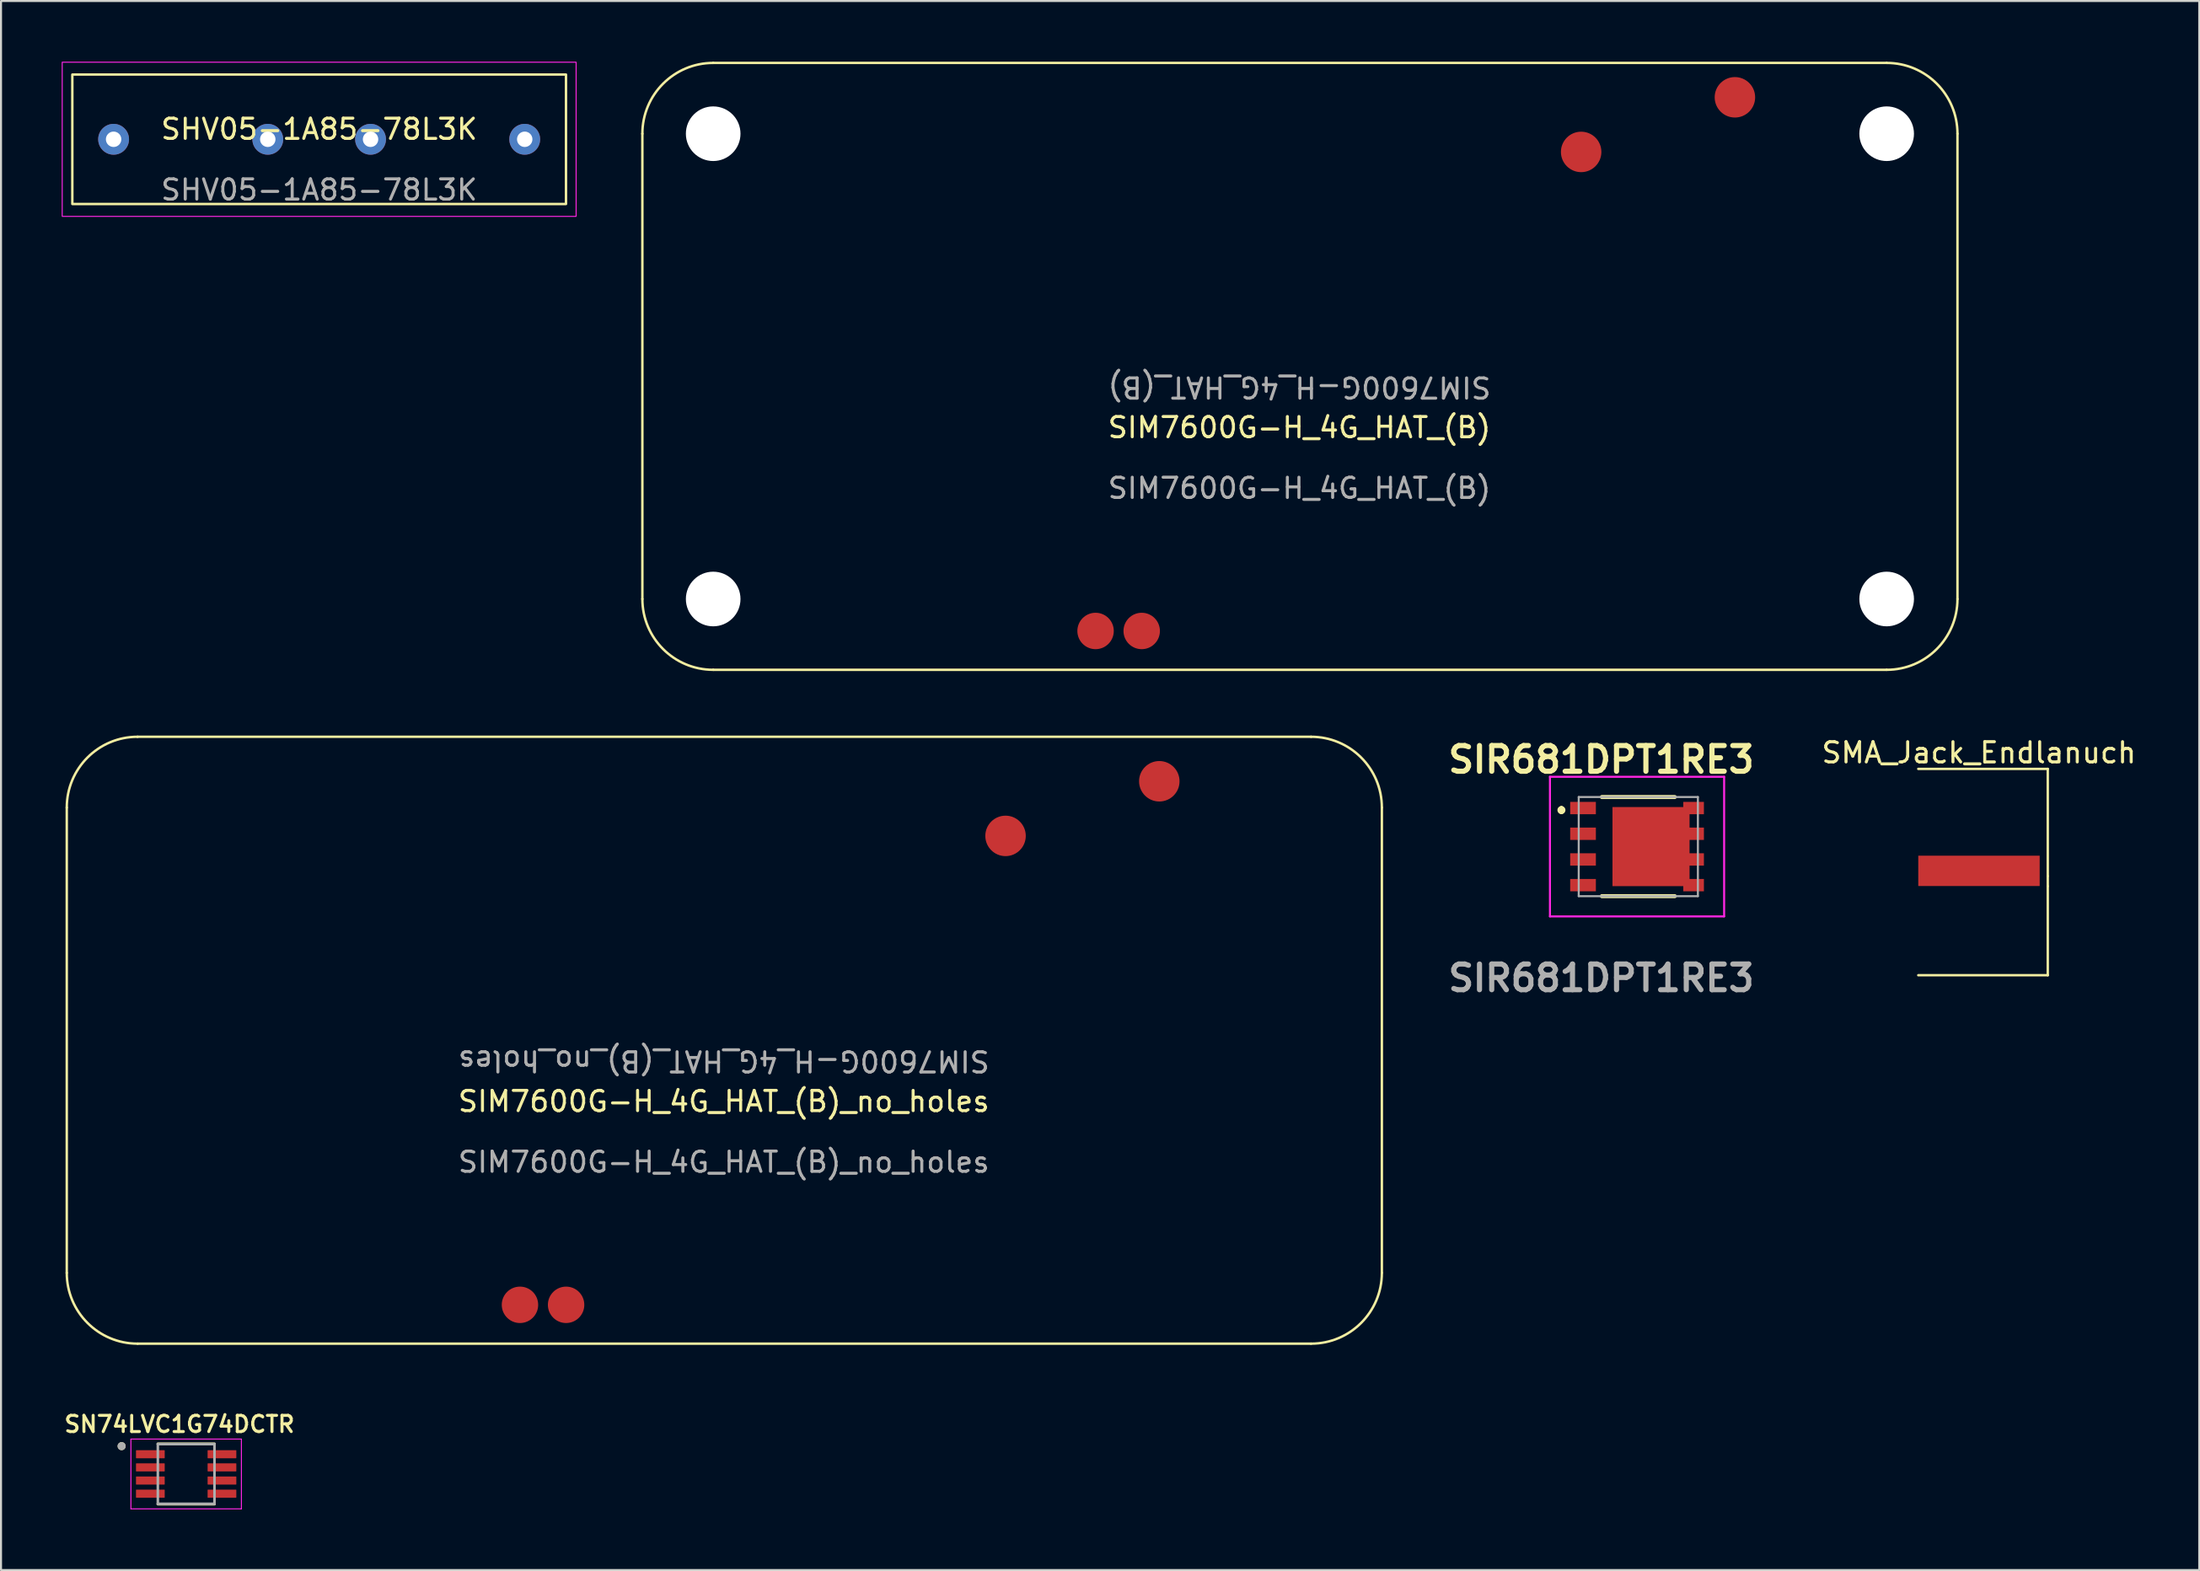
<source format=kicad_pcb>
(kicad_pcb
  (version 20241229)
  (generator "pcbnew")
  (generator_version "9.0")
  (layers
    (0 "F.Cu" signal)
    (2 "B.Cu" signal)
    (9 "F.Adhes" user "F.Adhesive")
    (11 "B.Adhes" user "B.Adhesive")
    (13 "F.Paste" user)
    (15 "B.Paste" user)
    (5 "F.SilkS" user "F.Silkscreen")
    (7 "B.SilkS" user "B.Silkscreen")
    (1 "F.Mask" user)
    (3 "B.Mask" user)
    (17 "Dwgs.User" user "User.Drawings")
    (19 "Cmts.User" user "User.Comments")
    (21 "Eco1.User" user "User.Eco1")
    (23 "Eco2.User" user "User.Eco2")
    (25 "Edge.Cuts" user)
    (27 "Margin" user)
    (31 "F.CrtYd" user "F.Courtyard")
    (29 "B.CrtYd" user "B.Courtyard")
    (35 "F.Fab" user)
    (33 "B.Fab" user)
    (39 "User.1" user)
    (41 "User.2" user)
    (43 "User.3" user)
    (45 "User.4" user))
  (footprint "SIM7600G-H_4G_HAT_(B)_no_holes"
    (layer "F.Cu")
    (at 0.25 63.37)
    (property "Reference" "SIM7600G-H_4G_HAT_(B)_no_holes" (at 32.475 -11.975 0) (unlocked yes) (layer "F.SilkS") (effects (font (size 1 1) (thickness 0.15))))
    (attr smd)
    (fp_line (start 0 -3.5) (end 0 -26.5) (stroke (width 0.12) (type solid)) (layer "F.SilkS"))
    (fp_line (start 3.5 -30) (end 61.5 -30) (stroke (width 0.12) (type solid)) (layer "F.SilkS"))
    (fp_line (start 61.5 0) (end 3.5 0) (stroke (width 0.12) (type solid)) (layer "F.SilkS"))
    (fp_line (start 65 -3.5) (end 65 -26.5) (stroke (width 0.12) (type solid)) (layer "F.SilkS"))
    (fp_arc (start 0 -26.5) (mid 1.025126 -28.974874) (end 3.5 -30) (stroke (width 0.12) (type solid)) (layer "F.SilkS"))
    (fp_arc (start 3.5 0) (mid 1.025126 -1.025126) (end 0 -3.5) (stroke (width 0.12) (type solid)) (layer "F.SilkS"))
    (fp_arc (start 61.5 -30) (mid 63.974874 -28.974874) (end 65 -26.5) (stroke (width 0.12) (type solid)) (layer "F.SilkS"))
    (fp_arc (start 65 -3.5) (mid 63.974874 -1.025126) (end 61.5 0) (stroke (width 0.12) (type solid)) (layer "F.SilkS"))
    (fp_text user "${REFERENCE}" (at 32.475 -13.975 180) (unlocked yes) (layer "F.Fab") (effects (font (size 1 1) (thickness 0.15))))
    (fp_text user "${REFERENCE}" (at 32.475 -8.975 0) (unlocked yes) (layer "F.Fab") (effects (font (size 1 1) (thickness 0.15))))
    (pad "1" smd circle (at 54 -27.8) (size 2 2) (layers "F.Cu" "F.Mask" "F.Paste"))
    (pad "2" smd circle (at 46.4 -25.1) (size 2 2) (layers "F.Cu" "F.Mask" "F.Paste"))
    (pad "3" smd circle (at 22.4 -1.92) (size 1.8 1.8) (layers "F.Cu" "F.Mask"))
    (pad "4" smd circle (at 24.68 -1.92) (size 1.8 1.8) (layers "F.Cu" "F.Mask")))
  (footprint "SN74LVC1G74DCTR"
    (layer "F.Cu")
    (at 6.151 69.811)
    (property "Reference" "SN74LVC1G74DCTR" (at -0.33 -2.46 0) (layer "F.SilkS") (effects (font (size 0.8 0.8) (thickness 0.15))))
    (attr through_hole)
    (fp_line (start -1.4 -1.495) (end 1.4 -1.495) (stroke (width 0.127) (type solid)) (layer "F.SilkS"))
    (fp_line (start -1.4 1.495) (end 1.4 1.495) (stroke (width 0.127) (type solid)) (layer "F.SilkS"))
    (fp_circle (center -3.19 -1.375) (end -3.09 -1.375) (stroke (width 0.2) (type solid)) (fill no) (layer "F.SilkS"))
    (fp_line (start -2.73 -1.725) (end -2.73 1.725) (stroke (width 0.05) (type solid)) (layer "F.CrtYd"))
    (fp_line (start -2.73 -1.725) (end 2.73 -1.725) (stroke (width 0.05) (type solid)) (layer "F.CrtYd"))
    (fp_line (start -2.73 1.725) (end 2.73 1.725) (stroke (width 0.05) (type solid)) (layer "F.CrtYd"))
    (fp_line (start 2.73 -1.725) (end 2.73 1.725) (stroke (width 0.05) (type solid)) (layer "F.CrtYd"))
    (fp_line (start -1.4 -1.475) (end -1.4 1.475) (stroke (width 0.127) (type solid)) (layer "F.Fab"))
    (fp_line (start -1.4 -1.475) (end 1.4 -1.475) (stroke (width 0.127) (type solid)) (layer "F.Fab"))
    (fp_line (start -1.4 1.475) (end 1.4 1.475) (stroke (width 0.127) (type solid)) (layer "F.Fab"))
    (fp_line (start 1.4 -1.475) (end 1.4 1.475) (stroke (width 0.127) (type solid)) (layer "F.Fab"))
    (fp_circle (center -3.19 -1.375) (end -3.09 -1.375) (stroke (width 0.2) (type solid)) (fill no) (layer "F.Fab"))
    (pad "1" smd roundrect (at -1.77 -0.975) (size 1.42 0.4) (layers "F.Cu" "F.Mask" "F.Paste") (roundrect_rratio 0.05))
    (pad "2" smd roundrect (at -1.77 -0.325) (size 1.42 0.4) (layers "F.Cu" "F.Mask" "F.Paste") (roundrect_rratio 0.05))
    (pad "3" smd roundrect (at -1.77 0.325) (size 1.42 0.4) (layers "F.Cu" "F.Mask" "F.Paste") (roundrect_rratio 0.05))
    (pad "4" smd roundrect (at -1.77 0.975) (size 1.42 0.4) (layers "F.Cu" "F.Mask" "F.Paste") (roundrect_rratio 0.05))
    (pad "5" smd roundrect (at 1.77 0.975) (size 1.42 0.4) (layers "F.Cu" "F.Mask" "F.Paste") (roundrect_rratio 0.05))
    (pad "6" smd roundrect (at 1.77 0.325) (size 1.42 0.4) (layers "F.Cu" "F.Mask" "F.Paste") (roundrect_rratio 0.05))
    (pad "7" smd roundrect (at 1.77 -0.325) (size 1.42 0.4) (layers "F.Cu" "F.Mask" "F.Paste") (roundrect_rratio 0.05))
    (pad "8" smd roundrect (at 1.77 -0.975) (size 1.42 0.4) (layers "F.Cu" "F.Mask" "F.Paste") (roundrect_rratio 0.05)))
  (footprint "SIR681DPT1RE3"
    (layer "F.Cu")
    (at 75.193 38.799)
    (property "Reference" "SIR681DPT1RE3" (at 0.9 -4.3 0) (layer "F.SilkS") (effects (font (size 1.27 1.27) (thickness 0.254))))
    (attr smd)
    (fp_line (start -1.068 -1.905) (end -1.068 -1.905) (stroke (width 0.2) (type solid)) (layer "F.SilkS"))
    (fp_line (start -1.068 -1.705) (end -1.068 -1.705) (stroke (width 0.2) (type solid)) (layer "F.SilkS"))
    (fp_line (start 0.932 -2.45) (end 4.532 -2.45) (stroke (width 0.2) (type solid)) (layer "F.SilkS"))
    (fp_line (start 0.932 2.45) (end 4.532 2.45) (stroke (width 0.2) (type solid)) (layer "F.SilkS"))
    (fp_arc (start -1.068 -1.905) (mid -0.968 -1.805) (end -1.068 -1.705) (stroke (width 0.2) (type solid)) (layer "F.SilkS"))
    (fp_arc (start -1.068 -1.705) (mid -1.168 -1.805) (end -1.068 -1.905) (stroke (width 0.2) (type solid)) (layer "F.SilkS"))
    (fp_line (start -1.635 -3.45) (end 6.974 -3.45) (stroke (width 0.1) (type solid)) (layer "F.CrtYd"))
    (fp_line (start -1.635 3.45) (end -1.635 -3.45) (stroke (width 0.1) (type solid)) (layer "F.CrtYd"))
    (fp_line (start 6.974 -3.45) (end 6.974 3.45) (stroke (width 0.1) (type solid)) (layer "F.CrtYd"))
    (fp_line (start 6.974 3.45) (end -1.635 3.45) (stroke (width 0.1) (type solid)) (layer "F.CrtYd"))
    (fp_line (start -0.213 -2.45) (end 5.677 -2.45) (stroke (width 0.1) (type solid)) (layer "F.Fab"))
    (fp_line (start -0.213 2.45) (end -0.213 -2.45) (stroke (width 0.1) (type solid)) (layer "F.Fab"))
    (fp_line (start 5.677 -2.45) (end 5.677 2.45) (stroke (width 0.1) (type solid)) (layer "F.Fab"))
    (fp_line (start 5.677 2.45) (end -0.213 2.45) (stroke (width 0.1) (type solid)) (layer "F.Fab"))
    (fp_text user "${REFERENCE}" (at 0.9 6.5 0) (layer "F.Fab") (effects (font (size 1.27 1.27) (thickness 0.254))))
    (pad "1" smd rect (at 0 -1.905 90) (size 0.61 1.27) (layers "F.Cu" "F.Mask" "F.Paste"))
    (pad "2" smd rect (at 0 -0.635 90) (size 0.61 1.27) (layers "F.Cu" "F.Mask" "F.Paste"))
    (pad "3" smd rect (at 0 0.635 90) (size 0.61 1.27) (layers "F.Cu" "F.Mask" "F.Paste"))
    (pad "4" smd rect (at 0 1.905 90) (size 0.61 1.27) (layers "F.Cu" "F.Mask" "F.Paste"))
    (pad "5" smd rect (at 5.465 1.905 90) (size 0.61 1.02) (layers "F.Cu" "F.Mask" "F.Paste"))
    (pad "6" smd rect (at 5.465 0.635 90) (size 0.61 1.02) (layers "F.Cu" "F.Mask" "F.Paste"))
    (pad "7" smd rect (at 5.465 -0.635 90) (size 0.61 1.02) (layers "F.Cu" "F.Mask" "F.Paste"))
    (pad "8" smd rect (at 5.465 -1.905 90) (size 0.61 1.02) (layers "F.Cu" "F.Mask" "F.Paste"))
    (pad "9" smd rect (at 3.36 0) (size 3.81 3.91) (layers "F.Cu" "F.Mask" "F.Paste")))
  (footprint "SMA_Jack_Endlanuch"
    (layer "F.Cu")
    (at 94.763 37.458)
    (property "Reference" "SMA_Jack_Endlanuch" (at 0 -3.3 180) (layer "F.SilkS") (effects (font (size 1 1) (thickness 0.15))))
    (attr through_hole)
    (fp_line (start -3 -2.5) (end 3.4 -2.5) (stroke (width 0.12) (type solid)) (layer "F.SilkS"))
    (fp_line (start -3 7.7) (end 3.4 7.7) (stroke (width 0.12) (type solid)) (layer "F.SilkS"))
    (fp_line (start 3.4 -2.5) (end 3.4 2.8) (stroke (width 0.12) (type solid)) (layer "F.SilkS"))
    (fp_line (start 3.4 3.3) (end 3.4 2.8) (stroke (width 0.12) (type solid)) (layer "F.SilkS"))
    (fp_line (start 3.4 7.7) (end 3.4 3.3) (stroke (width 0.12) (type solid)) (layer "F.SilkS"))
    (pad "1" smd rect (at 0 2.54) (size 6 1.5) (layers "F.Cu" "F.Mask" "F.Paste")))
  (footprint "SIM7600G-H_4G_HAT_(B)"
    (layer "F.Cu")
    (at 28.7 30.06)
    (property "Reference" "SIM7600G-H_4G_HAT_(B)" (at 32.475 -11.975 0) (unlocked yes) (layer "F.SilkS") (effects (font (size 1 1) (thickness 0.15))))
    (attr smd)
    (fp_line (start 0 -3.5) (end 0 -26.5) (stroke (width 0.12) (type solid)) (layer "F.SilkS"))
    (fp_line (start 3.5 -30) (end 61.5 -30) (stroke (width 0.12) (type solid)) (layer "F.SilkS"))
    (fp_line (start 61.5 0) (end 3.5 0) (stroke (width 0.12) (type solid)) (layer "F.SilkS"))
    (fp_line (start 65 -3.5) (end 65 -26.5) (stroke (width 0.12) (type solid)) (layer "F.SilkS"))
    (fp_arc (start 0 -26.5) (mid 1.025126 -28.974874) (end 3.5 -30) (stroke (width 0.12) (type solid)) (layer "F.SilkS"))
    (fp_arc (start 3.5 0) (mid 1.025126 -1.025126) (end 0 -3.5) (stroke (width 0.12) (type solid)) (layer "F.SilkS"))
    (fp_arc (start 61.5 -30) (mid 63.974874 -28.974874) (end 65 -26.5) (stroke (width 0.12) (type solid)) (layer "F.SilkS"))
    (fp_arc (start 65 -3.5) (mid 63.974874 -1.025126) (end 61.5 0) (stroke (width 0.12) (type solid)) (layer "F.SilkS"))
    (fp_text user "${REFERENCE}" (at 32.475 -13.975 180) (unlocked yes) (layer "F.Fab") (effects (font (size 1 1) (thickness 0.15))))
    (fp_text user "${REFERENCE}" (at 32.475 -8.975 0) (unlocked yes) (layer "F.Fab") (effects (font (size 1 1) (thickness 0.15))))
    (pad "" np_thru_hole circle (at 3.5 -26.5) (size 2.7 2.7) (drill 2.7) (layers "*.Cu" "*.Mask"))
    (pad "" np_thru_hole circle (at 3.5 -3.5) (size 2.7 2.7) (drill 2.7) (layers "*.Cu" "*.Mask"))
    (pad "" np_thru_hole circle (at 61.5 -26.5) (size 2.7 2.7) (drill 2.7) (layers "*.Cu" "*.Mask"))
    (pad "" np_thru_hole circle (at 61.5 -3.5) (size 2.7 2.7) (drill 2.7) (layers "*.Cu" "*.Mask"))
    (pad "1" smd circle (at 54 -28.3) (size 2 2) (layers "F.Cu" "F.Mask"))
    (pad "2" smd circle (at 46.4 -25.6) (size 2 2) (layers "F.Cu" "F.Mask"))
    (pad "3" smd circle (at 22.4 -1.92) (size 1.8 1.8) (layers "F.Cu" "F.Mask"))
    (pad "4" smd circle (at 24.68 -1.92) (size 1.8 1.8) (layers "F.Cu" "F.Mask")))
  (footprint "SHV05-1A85-78L3K"
    (layer "F.Cu")
    (at 12.725 3.835)
    (property "Reference" "SHV05-1A85-78L3K" (at 0 -0.5 0) (unlocked yes) (layer "F.SilkS") (effects (font (size 1 1) (thickness 0.15))))
    (attr through_hole)
    (fp_rect (start -12.2 -3.2) (end 12.2 3.2) (stroke (width 0.12) (type default)) (fill no) (layer "F.SilkS"))
    (fp_rect (start -12.7 3.81) (end 12.7 -3.81) (stroke (width 0.05) (type default)) (fill no) (layer "F.CrtYd"))
    (fp_text user "${REFERENCE}" (at 0 2.5 0) (unlocked yes) (layer "F.Fab") (effects (font (size 1 1) (thickness 0.15))))
    (pad "1" thru_hole circle (at -10.16 0) (size 1.524 1.524) (drill 0.762) (layers "*.Cu" "*.Mask"))
    (pad "2" thru_hole circle (at 10.16 0) (size 1.524 1.524) (drill 0.762) (layers "*.Cu" "*.Mask"))
    (pad "3" thru_hole circle (at -2.54 0) (size 1.524 1.524) (drill 0.762) (layers "*.Cu" "*.Mask"))
    (pad "4" thru_hole circle (at 2.54 0) (size 1.524 1.524) (drill 0.762) (layers "*.Cu" "*.Mask")))
  (gr_rect
    (start -3 -3)
    (end 105.65 74.561)
    (stroke (width 0.1) (type default))
    (fill no)
    (layer "Edge.Cuts")))
</source>
